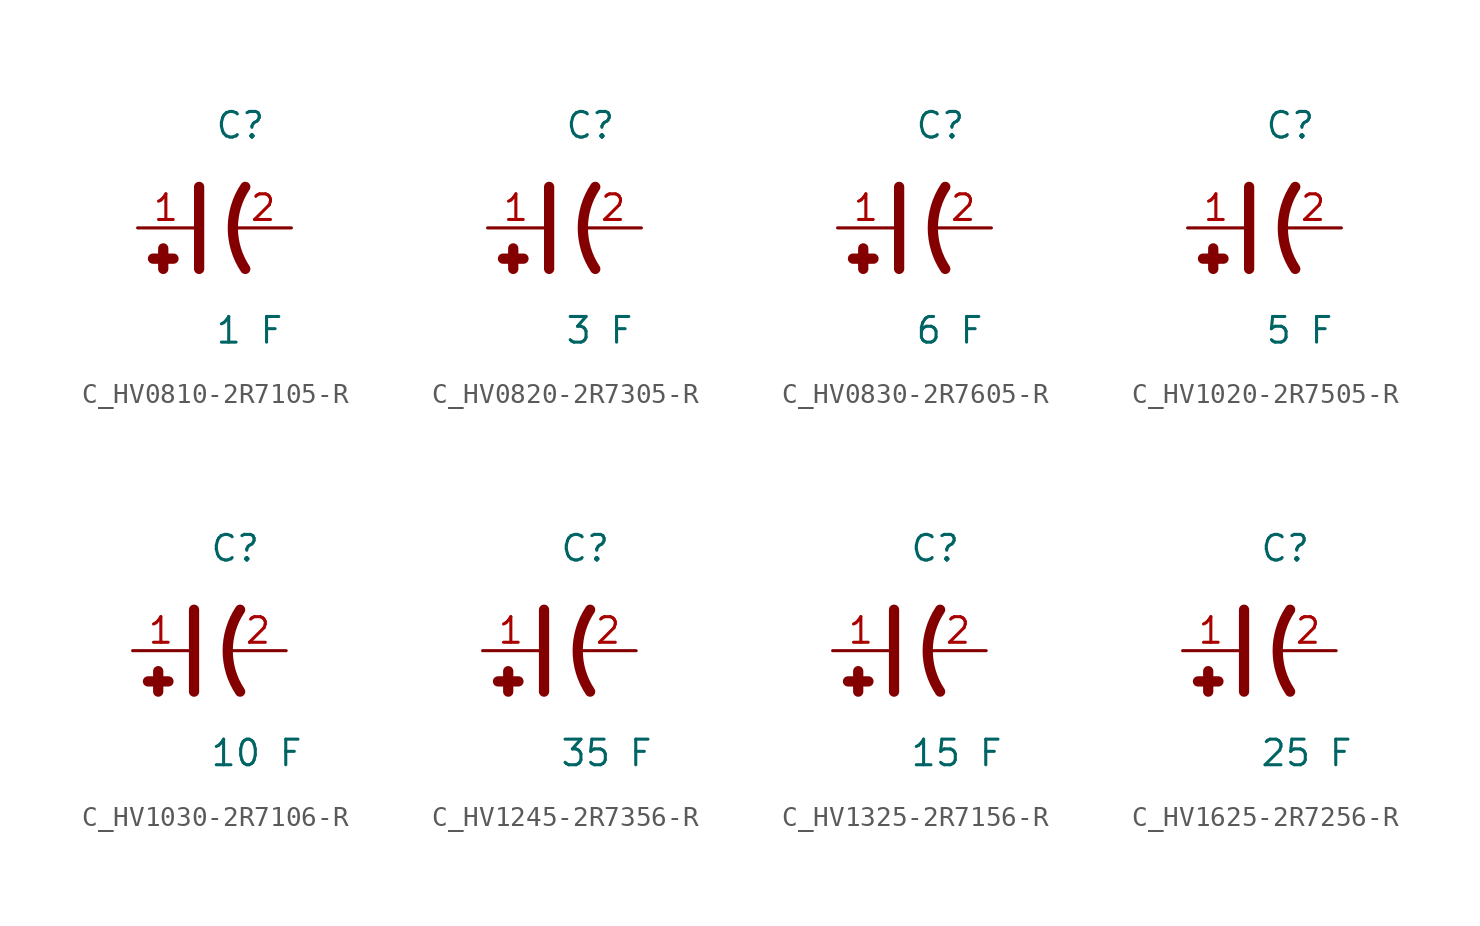
<source format=kicad_sym>
(kicad_symbol_lib
  (version 20231120)
  (generator kicad_symbol_editor)
  (generator_version 8.0)
  (symbol "C_HV0810-2R7105-R"
    (pin_names
      (offset 0.254))
    (property "Reference" "C"
      (at 0 5.08 0)
      (effects (font (size 1.27 1.27)) (justify left)))
    (property "Value" "1 F"
      (at 0 -5.08 0)
      (effects (font (size 1.27 1.27)) (justify left)))
    (symbol "C_HV0810-2R7105-R_0_1"
      (polyline (pts (xy -0.762 -2.032) (xy -0.762 2.032)) (stroke (width 0.508) (type default)) (fill (type none)))
      (polyline (pts (xy -2.54 -1.016) (xy -2.54 -2.032)) (stroke (width 0.508) (type default)) (fill (type none)))
      (polyline (pts (xy -2.032 -1.524) (xy -3.048 -1.524)) (stroke (width 0.508) (type default)) (fill (type none)))
      (arc (start 1.524 2.032) (mid 0.9088 0) (end 1.524 -2.032) (stroke (width 0.508) (type default)) (fill (type none))))
    (pin passive line
      (at -3.81 0 0)
      (length 2.8)
      (name "" (effects (font (size 1.27 1.27))))
      (number "1" (effects (font (size 1.27 1.27)))))
    (pin passive line
      (at 3.81 0 180)
      (length 2.8)
      (name "" (effects (font (size 1.27 1.27))))
      (number "2" (effects (font (size 1.27 1.27))))))
  (symbol "C_HV0820-2R7305-R"
    (pin_names
      (offset 0.254))
    (property "Reference" "C"
      (at 0 5.08 0)
      (effects (font (size 1.27 1.27)) (justify left)))
    (property "Value" "3 F"
      (at 0 -5.08 0)
      (effects (font (size 1.27 1.27)) (justify left)))
    (symbol "C_HV0820-2R7305-R_0_1"
      (polyline (pts (xy -0.762 -2.032) (xy -0.762 2.032)) (stroke (width 0.508) (type default)) (fill (type none)))
      (polyline (pts (xy -2.54 -1.016) (xy -2.54 -2.032)) (stroke (width 0.508) (type default)) (fill (type none)))
      (polyline (pts (xy -2.032 -1.524) (xy -3.048 -1.524)) (stroke (width 0.508) (type default)) (fill (type none)))
      (arc (start 1.524 2.032) (mid 0.9088 0) (end 1.524 -2.032) (stroke (width 0.508) (type default)) (fill (type none))))
    (pin passive line
      (at -3.81 0 0)
      (length 2.8)
      (name "" (effects (font (size 1.27 1.27))))
      (number "1" (effects (font (size 1.27 1.27)))))
    (pin passive line
      (at 3.81 0 180)
      (length 2.8)
      (name "" (effects (font (size 1.27 1.27))))
      (number "2" (effects (font (size 1.27 1.27))))))
  (symbol "C_HV0830-2R7605-R"
    (pin_names
      (offset 0.254))
    (property "Reference" "C"
      (at 0 5.08 0)
      (effects (font (size 1.27 1.27)) (justify left)))
    (property "Value" "6 F"
      (at 0 -5.08 0)
      (effects (font (size 1.27 1.27)) (justify left)))
    (symbol "C_HV0830-2R7605-R_0_1"
      (polyline (pts (xy -0.762 -2.032) (xy -0.762 2.032)) (stroke (width 0.508) (type default)) (fill (type none)))
      (polyline (pts (xy -2.54 -1.016) (xy -2.54 -2.032)) (stroke (width 0.508) (type default)) (fill (type none)))
      (polyline (pts (xy -2.032 -1.524) (xy -3.048 -1.524)) (stroke (width 0.508) (type default)) (fill (type none)))
      (arc (start 1.524 2.032) (mid 0.9088 0) (end 1.524 -2.032) (stroke (width 0.508) (type default)) (fill (type none))))
    (pin passive line
      (at -3.81 0 0)
      (length 2.8)
      (name "" (effects (font (size 1.27 1.27))))
      (number "1" (effects (font (size 1.27 1.27)))))
    (pin passive line
      (at 3.81 0 180)
      (length 2.8)
      (name "" (effects (font (size 1.27 1.27))))
      (number "2" (effects (font (size 1.27 1.27))))))
  (symbol "C_HV1020-2R7505-R"
    (pin_names
      (offset 0.254))
    (property "Reference" "C"
      (at 0 5.08 0)
      (effects (font (size 1.27 1.27)) (justify left)))
    (property "Value" "5 F"
      (at 0 -5.08 0)
      (effects (font (size 1.27 1.27)) (justify left)))
    (symbol "C_HV1020-2R7505-R_0_1"
      (polyline (pts (xy -0.762 -2.032) (xy -0.762 2.032)) (stroke (width 0.508) (type default)) (fill (type none)))
      (polyline (pts (xy -2.54 -1.016) (xy -2.54 -2.032)) (stroke (width 0.508) (type default)) (fill (type none)))
      (polyline (pts (xy -2.032 -1.524) (xy -3.048 -1.524)) (stroke (width 0.508) (type default)) (fill (type none)))
      (arc (start 1.524 2.032) (mid 0.9088 0) (end 1.524 -2.032) (stroke (width 0.508) (type default)) (fill (type none))))
    (pin passive line
      (at -3.81 0 0)
      (length 2.8)
      (name "" (effects (font (size 1.27 1.27))))
      (number "1" (effects (font (size 1.27 1.27)))))
    (pin passive line
      (at 3.81 0 180)
      (length 2.8)
      (name "" (effects (font (size 1.27 1.27))))
      (number "2" (effects (font (size 1.27 1.27))))))
  (symbol "C_HV1030-2R7106-R"
    (pin_names
      (offset 0.254))
    (property "Reference" "C"
      (at 0 5.08 0)
      (effects (font (size 1.27 1.27)) (justify left)))
    (property "Value" "10 F"
      (at 0 -5.08 0)
      (effects (font (size 1.27 1.27)) (justify left)))
    (symbol "C_HV1030-2R7106-R_0_1"
      (polyline (pts (xy -0.762 -2.032) (xy -0.762 2.032)) (stroke (width 0.508) (type default)) (fill (type none)))
      (polyline (pts (xy -2.54 -1.016) (xy -2.54 -2.032)) (stroke (width 0.508) (type default)) (fill (type none)))
      (polyline (pts (xy -2.032 -1.524) (xy -3.048 -1.524)) (stroke (width 0.508) (type default)) (fill (type none)))
      (arc (start 1.524 2.032) (mid 0.9088 0) (end 1.524 -2.032) (stroke (width 0.508) (type default)) (fill (type none))))
    (pin passive line
      (at -3.81 0 0)
      (length 2.8)
      (name "" (effects (font (size 1.27 1.27))))
      (number "1" (effects (font (size 1.27 1.27)))))
    (pin passive line
      (at 3.81 0 180)
      (length 2.8)
      (name "" (effects (font (size 1.27 1.27))))
      (number "2" (effects (font (size 1.27 1.27))))))
  (symbol "C_HV1245-2R7356-R"
    (pin_names
      (offset 0.254))
    (property "Reference" "C"
      (at 0 5.08 0)
      (effects (font (size 1.27 1.27)) (justify left)))
    (property "Value" "35 F"
      (at 0 -5.08 0)
      (effects (font (size 1.27 1.27)) (justify left)))
    (symbol "C_HV1245-2R7356-R_0_1"
      (polyline (pts (xy -0.762 -2.032) (xy -0.762 2.032)) (stroke (width 0.508) (type default)) (fill (type none)))
      (polyline (pts (xy -2.54 -1.016) (xy -2.54 -2.032)) (stroke (width 0.508) (type default)) (fill (type none)))
      (polyline (pts (xy -2.032 -1.524) (xy -3.048 -1.524)) (stroke (width 0.508) (type default)) (fill (type none)))
      (arc (start 1.524 2.032) (mid 0.9088 0) (end 1.524 -2.032) (stroke (width 0.508) (type default)) (fill (type none))))
    (pin passive line
      (at -3.81 0 0)
      (length 2.8)
      (name "" (effects (font (size 1.27 1.27))))
      (number "1" (effects (font (size 1.27 1.27)))))
    (pin passive line
      (at 3.81 0 180)
      (length 2.8)
      (name "" (effects (font (size 1.27 1.27))))
      (number "2" (effects (font (size 1.27 1.27))))))
  (symbol "C_HV1325-2R7156-R"
    (pin_names
      (offset 0.254))
    (property "Reference" "C"
      (at 0 5.08 0)
      (effects (font (size 1.27 1.27)) (justify left)))
    (property "Value" "15 F"
      (at 0 -5.08 0)
      (effects (font (size 1.27 1.27)) (justify left)))
    (symbol "C_HV1325-2R7156-R_0_1"
      (polyline (pts (xy -0.762 -2.032) (xy -0.762 2.032)) (stroke (width 0.508) (type default)) (fill (type none)))
      (polyline (pts (xy -2.54 -1.016) (xy -2.54 -2.032)) (stroke (width 0.508) (type default)) (fill (type none)))
      (polyline (pts (xy -2.032 -1.524) (xy -3.048 -1.524)) (stroke (width 0.508) (type default)) (fill (type none)))
      (arc (start 1.524 2.032) (mid 0.9088 0) (end 1.524 -2.032) (stroke (width 0.508) (type default)) (fill (type none))))
    (pin passive line
      (at -3.81 0 0)
      (length 2.8)
      (name "" (effects (font (size 1.27 1.27))))
      (number "1" (effects (font (size 1.27 1.27)))))
    (pin passive line
      (at 3.81 0 180)
      (length 2.8)
      (name "" (effects (font (size 1.27 1.27))))
      (number "2" (effects (font (size 1.27 1.27))))))
  (symbol "C_HV1625-2R7256-R"
    (pin_names
      (offset 0.254))
    (property "Reference" "C"
      (at 0 5.08 0)
      (effects (font (size 1.27 1.27)) (justify left)))
    (property "Value" "25 F"
      (at 0 -5.08 0)
      (effects (font (size 1.27 1.27)) (justify left)))
    (symbol "C_HV1625-2R7256-R_0_1"
      (polyline (pts (xy -0.762 -2.032) (xy -0.762 2.032)) (stroke (width 0.508) (type default)) (fill (type none)))
      (polyline (pts (xy -2.54 -1.016) (xy -2.54 -2.032)) (stroke (width 0.508) (type default)) (fill (type none)))
      (polyline (pts (xy -2.032 -1.524) (xy -3.048 -1.524)) (stroke (width 0.508) (type default)) (fill (type none)))
      (arc (start 1.524 2.032) (mid 0.9088 0) (end 1.524 -2.032) (stroke (width 0.508) (type default)) (fill (type none))))
    (pin passive line
      (at -3.81 0 0)
      (length 2.8)
      (name "" (effects (font (size 1.27 1.27))))
      (number "1" (effects (font (size 1.27 1.27)))))
    (pin passive line
      (at 3.81 0 180)
      (length 2.8)
      (name "" (effects (font (size 1.27 1.27))))
      (number "2" (effects (font (size 1.27 1.27)))))))
</source>
